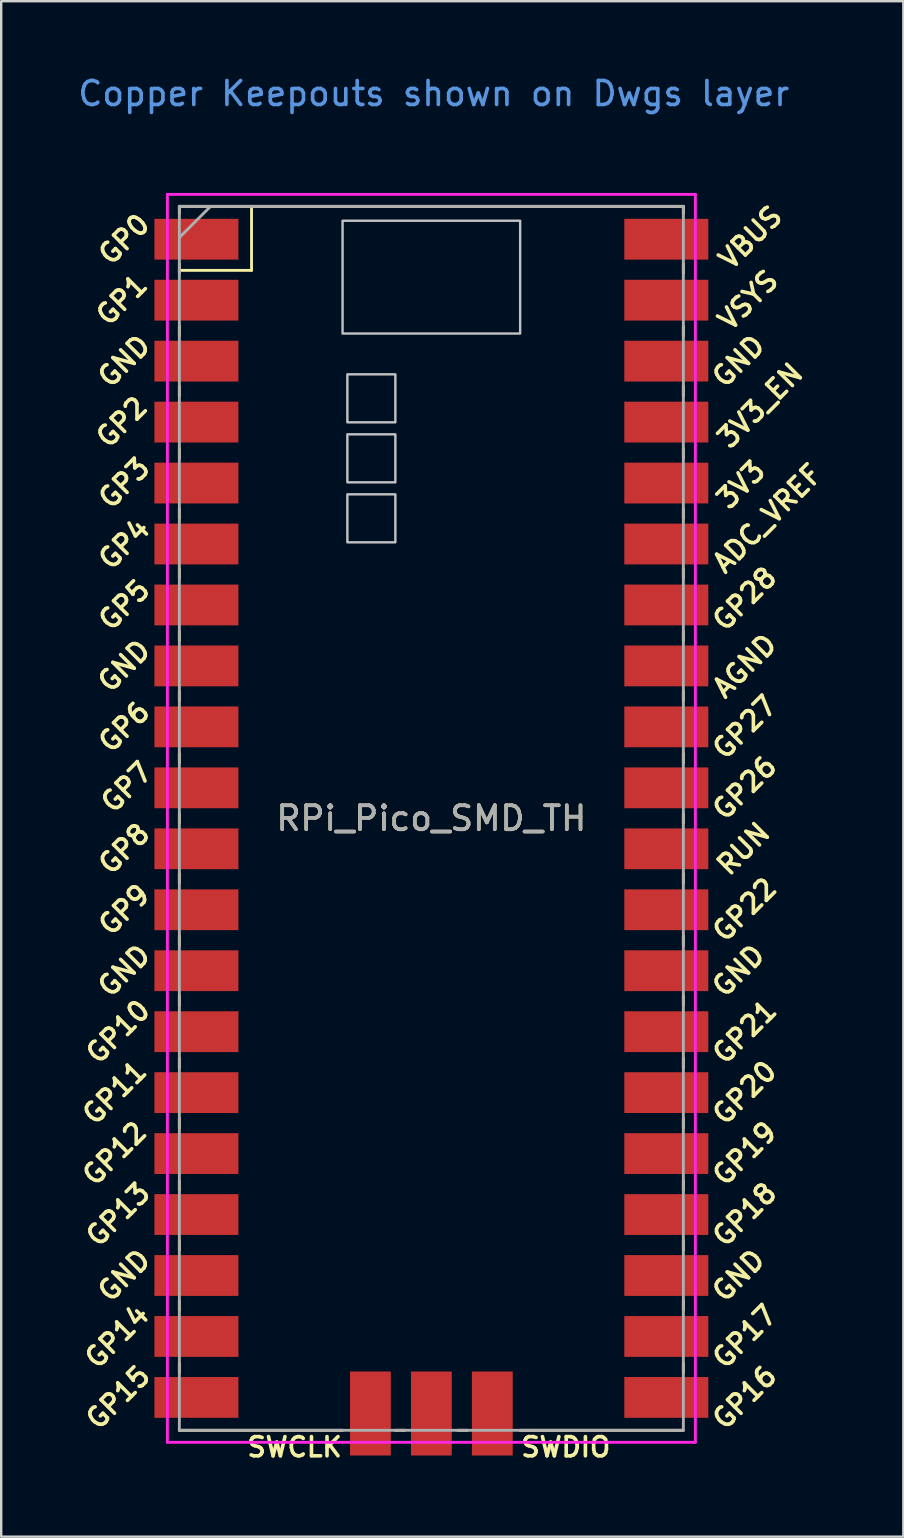
<source format=kicad_pcb>
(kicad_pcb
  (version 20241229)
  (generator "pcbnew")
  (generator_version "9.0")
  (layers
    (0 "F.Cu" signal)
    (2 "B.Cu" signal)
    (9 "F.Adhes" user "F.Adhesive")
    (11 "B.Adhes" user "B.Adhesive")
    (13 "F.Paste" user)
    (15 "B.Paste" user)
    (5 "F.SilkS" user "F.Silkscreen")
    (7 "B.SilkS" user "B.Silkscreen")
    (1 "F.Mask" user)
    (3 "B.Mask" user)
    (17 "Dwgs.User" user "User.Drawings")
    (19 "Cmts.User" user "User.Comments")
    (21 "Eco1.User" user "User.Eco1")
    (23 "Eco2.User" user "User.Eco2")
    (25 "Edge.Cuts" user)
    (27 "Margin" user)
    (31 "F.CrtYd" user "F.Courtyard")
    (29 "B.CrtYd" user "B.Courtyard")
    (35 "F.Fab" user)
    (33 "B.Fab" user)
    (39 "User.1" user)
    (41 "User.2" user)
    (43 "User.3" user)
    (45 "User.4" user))
  (footprint "RPi_Pico_SMD_TH"
    (layer "F.Cu")
    (at 14.924 31.048)
    (property "Reference" "RPi_Pico_SMD_TH" (at 0 0 0) (layer "F.SilkS") (effects (font (size 1 1) (thickness 0.15))))
    (attr through_hole)
    (fp_line (start -10.5 -25.5) (end -10.5 -25.2) (stroke (width 0.12) (type solid)) (layer "F.SilkS"))
    (fp_line (start -10.5 -25.5) (end 10.5 -25.5) (stroke (width 0.12) (type solid)) (layer "F.SilkS"))
    (fp_line (start -10.5 -23.1) (end -10.5 -22.7) (stroke (width 0.12) (type solid)) (layer "F.SilkS"))
    (fp_line (start -10.5 -22.833) (end -7.493 -22.833) (stroke (width 0.12) (type solid)) (layer "F.SilkS"))
    (fp_line (start -10.5 -20.5) (end -10.5 -20.1) (stroke (width 0.12) (type solid)) (layer "F.SilkS"))
    (fp_line (start -10.5 -18) (end -10.5 -17.6) (stroke (width 0.12) (type solid)) (layer "F.SilkS"))
    (fp_line (start -10.5 -15.4) (end -10.5 -15) (stroke (width 0.12) (type solid)) (layer "F.SilkS"))
    (fp_line (start -10.5 -12.9) (end -10.5 -12.5) (stroke (width 0.12) (type solid)) (layer "F.SilkS"))
    (fp_line (start -10.5 -10.4) (end -10.5 -10) (stroke (width 0.12) (type solid)) (layer "F.SilkS"))
    (fp_line (start -10.5 -7.8) (end -10.5 -7.4) (stroke (width 0.12) (type solid)) (layer "F.SilkS"))
    (fp_line (start -10.5 -5.3) (end -10.5 -4.9) (stroke (width 0.12) (type solid)) (layer "F.SilkS"))
    (fp_line (start -10.5 -2.7) (end -10.5 -2.3) (stroke (width 0.12) (type solid)) (layer "F.SilkS"))
    (fp_line (start -10.5 -0.2) (end -10.5 0.2) (stroke (width 0.12) (type solid)) (layer "F.SilkS"))
    (fp_line (start -10.5 2.3) (end -10.5 2.7) (stroke (width 0.12) (type solid)) (layer "F.SilkS"))
    (fp_line (start -10.5 4.9) (end -10.5 5.3) (stroke (width 0.12) (type solid)) (layer "F.SilkS"))
    (fp_line (start -10.5 7.4) (end -10.5 7.8) (stroke (width 0.12) (type solid)) (layer "F.SilkS"))
    (fp_line (start -10.5 10) (end -10.5 10.4) (stroke (width 0.12) (type solid)) (layer "F.SilkS"))
    (fp_line (start -10.5 12.5) (end -10.5 12.9) (stroke (width 0.12) (type solid)) (layer "F.SilkS"))
    (fp_line (start -10.5 15.1) (end -10.5 15.5) (stroke (width 0.12) (type solid)) (layer "F.SilkS"))
    (fp_line (start -10.5 17.6) (end -10.5 18) (stroke (width 0.12) (type solid)) (layer "F.SilkS"))
    (fp_line (start -10.5 20.1) (end -10.5 20.5) (stroke (width 0.12) (type solid)) (layer "F.SilkS"))
    (fp_line (start -10.5 22.7) (end -10.5 23.1) (stroke (width 0.12) (type solid)) (layer "F.SilkS"))
    (fp_line (start -7.493 -22.833) (end -7.493 -25.5) (stroke (width 0.12) (type solid)) (layer "F.SilkS"))
    (fp_line (start -3.7 25.5) (end -10.5 25.5) (stroke (width 0.12) (type solid)) (layer "F.SilkS"))
    (fp_line (start -1.5 25.5) (end -1.1 25.5) (stroke (width 0.12) (type solid)) (layer "F.SilkS"))
    (fp_line (start 1.1 25.5) (end 1.5 25.5) (stroke (width 0.12) (type solid)) (layer "F.SilkS"))
    (fp_line (start 10.5 -25.5) (end 10.5 -25.2) (stroke (width 0.12) (type solid)) (layer "F.SilkS"))
    (fp_line (start 10.5 -23.1) (end 10.5 -22.7) (stroke (width 0.12) (type solid)) (layer "F.SilkS"))
    (fp_line (start 10.5 -20.5) (end 10.5 -20.1) (stroke (width 0.12) (type solid)) (layer "F.SilkS"))
    (fp_line (start 10.5 -18) (end 10.5 -17.6) (stroke (width 0.12) (type solid)) (layer "F.SilkS"))
    (fp_line (start 10.5 -15.4) (end 10.5 -15) (stroke (width 0.12) (type solid)) (layer "F.SilkS"))
    (fp_line (start 10.5 -12.9) (end 10.5 -12.5) (stroke (width 0.12) (type solid)) (layer "F.SilkS"))
    (fp_line (start 10.5 -10.4) (end 10.5 -10) (stroke (width 0.12) (type solid)) (layer "F.SilkS"))
    (fp_line (start 10.5 -7.8) (end 10.5 -7.4) (stroke (width 0.12) (type solid)) (layer "F.SilkS"))
    (fp_line (start 10.5 -5.3) (end 10.5 -4.9) (stroke (width 0.12) (type solid)) (layer "F.SilkS"))
    (fp_line (start 10.5 -2.7) (end 10.5 -2.3) (stroke (width 0.12) (type solid)) (layer "F.SilkS"))
    (fp_line (start 10.5 -0.2) (end 10.5 0.2) (stroke (width 0.12) (type solid)) (layer "F.SilkS"))
    (fp_line (start 10.5 2.3) (end 10.5 2.7) (stroke (width 0.12) (type solid)) (layer "F.SilkS"))
    (fp_line (start 10.5 4.9) (end 10.5 5.3) (stroke (width 0.12) (type solid)) (layer "F.SilkS"))
    (fp_line (start 10.5 7.4) (end 10.5 7.8) (stroke (width 0.12) (type solid)) (layer "F.SilkS"))
    (fp_line (start 10.5 10) (end 10.5 10.4) (stroke (width 0.12) (type solid)) (layer "F.SilkS"))
    (fp_line (start 10.5 12.5) (end 10.5 12.9) (stroke (width 0.12) (type solid)) (layer "F.SilkS"))
    (fp_line (start 10.5 15.1) (end 10.5 15.5) (stroke (width 0.12) (type solid)) (layer "F.SilkS"))
    (fp_line (start 10.5 17.6) (end 10.5 18) (stroke (width 0.12) (type solid)) (layer "F.SilkS"))
    (fp_line (start 10.5 20.1) (end 10.5 20.5) (stroke (width 0.12) (type solid)) (layer "F.SilkS"))
    (fp_line (start 10.5 22.7) (end 10.5 23.1) (stroke (width 0.12) (type solid)) (layer "F.SilkS"))
    (fp_line (start 10.5 25.5) (end 3.7 25.5) (stroke (width 0.12) (type solid)) (layer "F.SilkS"))
    (fp_poly (pts (xy -1.5 -16.5) (xy -3.5 -16.5) (xy -3.5 -18.5) (xy -1.5 -18.5)) (stroke (width 0.1) (type solid)) (fill no) (layer "Dwgs.User"))
    (fp_poly (pts (xy -1.5 -14) (xy -3.5 -14) (xy -3.5 -16) (xy -1.5 -16)) (stroke (width 0.1) (type solid)) (fill no) (layer "Dwgs.User"))
    (fp_poly (pts (xy -1.5 -11.5) (xy -3.5 -11.5) (xy -3.5 -13.5) (xy -1.5 -13.5)) (stroke (width 0.1) (type solid)) (fill no) (layer "Dwgs.User"))
    (fp_poly (pts (xy 3.7 -20.2) (xy -3.7 -20.2) (xy -3.7 -24.9) (xy 3.7 -24.9)) (stroke (width 0.1) (type solid)) (fill no) (layer "Dwgs.User"))
    (fp_line (start -11 -26) (end 11 -26) (stroke (width 0.12) (type solid)) (layer "F.CrtYd"))
    (fp_line (start -11 26) (end -11 -26) (stroke (width 0.12) (type solid)) (layer "F.CrtYd"))
    (fp_line (start 11 -26) (end 11 26) (stroke (width 0.12) (type solid)) (layer "F.CrtYd"))
    (fp_line (start 11 26) (end -11 26) (stroke (width 0.12) (type solid)) (layer "F.CrtYd"))
    (fp_line (start -10.5 -25.5) (end 10.5 -25.5) (stroke (width 0.12) (type solid)) (layer "F.Fab"))
    (fp_line (start -10.5 -24.2) (end -9.2 -25.5) (stroke (width 0.12) (type solid)) (layer "F.Fab"))
    (fp_line (start -10.5 25.5) (end -10.5 -25.5) (stroke (width 0.12) (type solid)) (layer "F.Fab"))
    (fp_line (start 10.5 -25.5) (end 10.5 25.5) (stroke (width 0.12) (type solid)) (layer "F.Fab"))
    (fp_line (start 10.5 25.5) (end -10.5 25.5) (stroke (width 0.12) (type solid)) (layer "F.Fab"))
    (fp_text user "GP17" (at 13.054 21.59 45) (layer "F.SilkS") (effects (font (size 0.8 0.8) (thickness 0.15))))
    (fp_text user "GP19" (at 13.054 13.97 45) (layer "F.SilkS") (effects (font (size 0.8 0.8) (thickness 0.15))))
    (fp_text user "GP2" (at -12.9 -16.51 45) (layer "F.SilkS") (effects (font (size 0.8 0.8) (thickness 0.15))))
    (fp_text user "GP16" (at 13.054 24.13 45) (layer "F.SilkS") (effects (font (size 0.8 0.8) (thickness 0.15))))
    (fp_text user "GP5" (at -12.8 -8.89 45) (layer "F.SilkS") (effects (font (size 0.8 0.8) (thickness 0.15))))
    (fp_text user "3V3_EN" (at 13.7 -17.2 45) (layer "F.SilkS") (effects (font (size 0.8 0.8) (thickness 0.15))))
    (fp_text user "GP4" (at -12.8 -11.43 45) (layer "F.SilkS") (effects (font (size 0.8 0.8) (thickness 0.15))))
    (fp_text user "GP9" (at -12.8 3.81 45) (layer "F.SilkS") (effects (font (size 0.8 0.8) (thickness 0.15))))
    (fp_text user "3V3" (at 12.9 -13.9 45) (layer "F.SilkS") (effects (font (size 0.8 0.8) (thickness 0.15))))
    (fp_text user "GND" (at 12.8 19.05 45) (layer "F.SilkS") (effects (font (size 0.8 0.8) (thickness 0.15))))
    (fp_text user "GP28" (at 13.054 -9.144 45) (layer "F.SilkS") (effects (font (size 0.8 0.8) (thickness 0.15))))
    (fp_text user "GND" (at 12.8 6.35 45) (layer "F.SilkS") (effects (font (size 0.8 0.8) (thickness 0.15))))
    (fp_text user "GP15" (at -13.054 24.13 45) (layer "F.SilkS") (effects (font (size 0.8 0.8) (thickness 0.15))))
    (fp_text user "GP21" (at 13.054 8.9 45) (layer "F.SilkS") (effects (font (size 0.8 0.8) (thickness 0.15))))
    (fp_text user "VSYS" (at 13.2 -21.59 45) (layer "F.SilkS") (effects (font (size 0.8 0.8) (thickness 0.15))))
    (fp_text user "SWCLK" (at -5.7 26.2 0) (layer "F.SilkS") (effects (font (size 0.8 0.8) (thickness 0.15))))
    (fp_text user "GP3" (at -12.8 -13.97 45) (layer "F.SilkS") (effects (font (size 0.8 0.8) (thickness 0.15))))
    (fp_text user "GND" (at -12.8 6.35 45) (layer "F.SilkS") (effects (font (size 0.8 0.8) (thickness 0.15))))
    (fp_text user "GND" (at 12.8 -19.05 45) (layer "F.SilkS") (effects (font (size 0.8 0.8) (thickness 0.15))))
    (fp_text user "SWDIO" (at 5.6 26.2 0) (layer "F.SilkS") (effects (font (size 0.8 0.8) (thickness 0.15))))
    (fp_text user "GP0" (at -12.8 -24.13 45) (layer "F.SilkS") (effects (font (size 0.8 0.8) (thickness 0.15))))
    (fp_text user "GND" (at -12.8 19.05 45) (layer "F.SilkS") (effects (font (size 0.8 0.8) (thickness 0.15))))
    (fp_text user "GP7" (at -12.7 -1.3 45) (layer "F.SilkS") (effects (font (size 0.8 0.8) (thickness 0.15))))
    (fp_text user "GP13" (at -13.054 16.51 45) (layer "F.SilkS") (effects (font (size 0.8 0.8) (thickness 0.15))))
    (fp_text user "GP8" (at -12.8 1.27 45) (layer "F.SilkS") (effects (font (size 0.8 0.8) (thickness 0.15))))
    (fp_text user "ADC_VREF" (at 14 -12.5 45) (layer "F.SilkS") (effects (font (size 0.8 0.8) (thickness 0.15))))
    (fp_text user "GP6" (at -12.8 -3.81 45) (layer "F.SilkS") (effects (font (size 0.8 0.8) (thickness 0.15))))
    (fp_text user "GP20" (at 13.054 11.43 45) (layer "F.SilkS") (effects (font (size 0.8 0.8) (thickness 0.15))))
    (fp_text user "VBUS" (at 13.3 -24.2 45) (layer "F.SilkS") (effects (font (size 0.8 0.8) (thickness 0.15))))
    (fp_text user "GP27" (at 13.054 -3.8 45) (layer "F.SilkS") (effects (font (size 0.8 0.8) (thickness 0.15))))
    (fp_text user "RUN" (at 13 1.27 45) (layer "F.SilkS") (effects (font (size 0.8 0.8) (thickness 0.15))))
    (fp_text user "GP18" (at 13.054 16.51 45) (layer "F.SilkS") (effects (font (size 0.8 0.8) (thickness 0.15))))
    (fp_text user "GP1" (at -12.9 -21.6 45) (layer "F.SilkS") (effects (font (size 0.8 0.8) (thickness 0.15))))
    (fp_text user "GP11" (at -13.2 11.43 45) (layer "F.SilkS") (effects (font (size 0.8 0.8) (thickness 0.15))))
    (fp_text user "AGND" (at 13.054 -6.35 45) (layer "F.SilkS") (effects (font (size 0.8 0.8) (thickness 0.15))))
    (fp_text user "GND" (at -12.8 -6.35 45) (layer "F.SilkS") (effects (font (size 0.8 0.8) (thickness 0.15))))
    (fp_text user "GP14" (at -13.1 21.59 45) (layer "F.SilkS") (effects (font (size 0.8 0.8) (thickness 0.15))))
    (fp_text user "GP26" (at 13.054 -1.27 45) (layer "F.SilkS") (effects (font (size 0.8 0.8) (thickness 0.15))))
    (fp_text user "GP10" (at -13.054 8.89 45) (layer "F.SilkS") (effects (font (size 0.8 0.8) (thickness 0.15))))
    (fp_text user "GND" (at -12.8 -19.05 45) (layer "F.SilkS") (effects (font (size 0.8 0.8) (thickness 0.15))))
    (fp_text user "GP12" (at -13.2 13.97 45) (layer "F.SilkS") (effects (font (size 0.8 0.8) (thickness 0.15))))
    (fp_text user "GP22" (at 13.054 3.81 45) (layer "F.SilkS") (effects (font (size 0.8 0.8) (thickness 0.15))))
    (fp_text user "Copper Keepouts shown on Dwgs layer" (at 0.1 -30.2 0) (layer "Cmts.User") (effects (font (size 1 1) (thickness 0.15))))
    (fp_text user "${REFERENCE}" (at 0 0 180) (layer "F.Fab") (effects (font (size 1 1) (thickness 0.15))))
    (pad "1" smd rect (at -8.89 -24.13) (size 3.5 1.7) (drill (offset -0.9 0)) (layers "F.Cu" "F.Mask"))
    (pad "2" smd rect (at -8.89 -21.59) (size 3.5 1.7) (drill (offset -0.9 0)) (layers "F.Cu" "F.Mask"))
    (pad "3" smd rect (at -8.89 -19.05) (size 3.5 1.7) (drill (offset -0.9 0)) (layers "F.Cu" "F.Mask"))
    (pad "4" smd rect (at -8.89 -16.51) (size 3.5 1.7) (drill (offset -0.9 0)) (layers "F.Cu" "F.Mask"))
    (pad "5" smd rect (at -8.89 -13.97) (size 3.5 1.7) (drill (offset -0.9 0)) (layers "F.Cu" "F.Mask"))
    (pad "6" smd rect (at -8.89 -11.43) (size 3.5 1.7) (drill (offset -0.9 0)) (layers "F.Cu" "F.Mask"))
    (pad "7" smd rect (at -8.89 -8.89) (size 3.5 1.7) (drill (offset -0.9 0)) (layers "F.Cu" "F.Mask"))
    (pad "8" smd rect (at -8.89 -6.35) (size 3.5 1.7) (drill (offset -0.9 0)) (layers "F.Cu" "F.Mask"))
    (pad "9" smd rect (at -8.89 -3.81) (size 3.5 1.7) (drill (offset -0.9 0)) (layers "F.Cu" "F.Mask"))
    (pad "10" smd rect (at -8.89 -1.27) (size 3.5 1.7) (drill (offset -0.9 0)) (layers "F.Cu" "F.Mask"))
    (pad "11" smd rect (at -8.89 1.27) (size 3.5 1.7) (drill (offset -0.9 0)) (layers "F.Cu" "F.Mask"))
    (pad "12" smd rect (at -8.89 3.81) (size 3.5 1.7) (drill (offset -0.9 0)) (layers "F.Cu" "F.Mask"))
    (pad "13" smd rect (at -8.89 6.35) (size 3.5 1.7) (drill (offset -0.9 0)) (layers "F.Cu" "F.Mask"))
    (pad "14" smd rect (at -8.89 8.89) (size 3.5 1.7) (drill (offset -0.9 0)) (layers "F.Cu" "F.Mask"))
    (pad "15" smd rect (at -8.89 11.43) (size 3.5 1.7) (drill (offset -0.9 0)) (layers "F.Cu" "F.Mask"))
    (pad "16" smd rect (at -8.89 13.97) (size 3.5 1.7) (drill (offset -0.9 0)) (layers "F.Cu" "F.Mask"))
    (pad "17" smd rect (at -8.89 16.51) (size 3.5 1.7) (drill (offset -0.9 0)) (layers "F.Cu" "F.Mask"))
    (pad "18" smd rect (at -8.89 19.05) (size 3.5 1.7) (drill (offset -0.9 0)) (layers "F.Cu" "F.Mask"))
    (pad "19" smd rect (at -8.89 21.59) (size 3.5 1.7) (drill (offset -0.9 0)) (layers "F.Cu" "F.Mask"))
    (pad "20" smd rect (at -8.89 24.13) (size 3.5 1.7) (drill (offset -0.9 0)) (layers "F.Cu" "F.Mask"))
    (pad "21" smd rect (at 8.89 24.13) (size 3.5 1.7) (drill (offset 0.9 0)) (layers "F.Cu" "F.Mask"))
    (pad "22" smd rect (at 8.89 21.59) (size 3.5 1.7) (drill (offset 0.9 0)) (layers "F.Cu" "F.Mask"))
    (pad "23" smd rect (at 8.89 19.05) (size 3.5 1.7) (drill (offset 0.9 0)) (layers "F.Cu" "F.Mask"))
    (pad "24" smd rect (at 8.89 16.51) (size 3.5 1.7) (drill (offset 0.9 0)) (layers "F.Cu" "F.Mask"))
    (pad "25" smd rect (at 8.89 13.97) (size 3.5 1.7) (drill (offset 0.9 0)) (layers "F.Cu" "F.Mask"))
    (pad "26" smd rect (at 8.89 11.43) (size 3.5 1.7) (drill (offset 0.9 0)) (layers "F.Cu" "F.Mask"))
    (pad "27" smd rect (at 8.89 8.89) (size 3.5 1.7) (drill (offset 0.9 0)) (layers "F.Cu" "F.Mask"))
    (pad "28" smd rect (at 8.89 6.35) (size 3.5 1.7) (drill (offset 0.9 0)) (layers "F.Cu" "F.Mask"))
    (pad "29" smd rect (at 8.89 3.81) (size 3.5 1.7) (drill (offset 0.9 0)) (layers "F.Cu" "F.Mask"))
    (pad "30" smd rect (at 8.89 1.27) (size 3.5 1.7) (drill (offset 0.9 0)) (layers "F.Cu" "F.Mask"))
    (pad "31" smd rect (at 8.89 -1.27) (size 3.5 1.7) (drill (offset 0.9 0)) (layers "F.Cu" "F.Mask"))
    (pad "32" smd rect (at 8.89 -3.81) (size 3.5 1.7) (drill (offset 0.9 0)) (layers "F.Cu" "F.Mask"))
    (pad "33" smd rect (at 8.89 -6.35) (size 3.5 1.7) (drill (offset 0.9 0)) (layers "F.Cu" "F.Mask"))
    (pad "34" smd rect (at 8.89 -8.89) (size 3.5 1.7) (drill (offset 0.9 0)) (layers "F.Cu" "F.Mask"))
    (pad "35" smd rect (at 8.89 -11.43) (size 3.5 1.7) (drill (offset 0.9 0)) (layers "F.Cu" "F.Mask"))
    (pad "36" smd rect (at 8.89 -13.97) (size 3.5 1.7) (drill (offset 0.9 0)) (layers "F.Cu" "F.Mask"))
    (pad "37" smd rect (at 8.89 -16.51) (size 3.5 1.7) (drill (offset 0.9 0)) (layers "F.Cu" "F.Mask"))
    (pad "38" smd rect (at 8.89 -19.05) (size 3.5 1.7) (drill (offset 0.9 0)) (layers "F.Cu" "F.Mask"))
    (pad "39" smd rect (at 8.89 -21.59) (size 3.5 1.7) (drill (offset 0.9 0)) (layers "F.Cu" "F.Mask"))
    (pad "40" smd rect (at 8.89 -24.13) (size 3.5 1.7) (drill (offset 0.9 0)) (layers "F.Cu" "F.Mask"))
    (pad "41" smd rect (at -2.54 23.9 90) (size 3.5 1.7) (drill (offset -0.9 0)) (layers "F.Cu" "F.Mask"))
    (pad "42" smd rect (at 0 23.9 90) (size 3.5 1.7) (drill (offset -0.9 0)) (layers "F.Cu" "F.Mask"))
    (pad "43" smd rect (at 2.54 23.9 90) (size 3.5 1.7) (drill (offset -0.9 0)) (layers "F.Cu" "F.Mask")))
  (gr_rect
    (start -3 -3)
    (end 34.591 60.98)
    (stroke (width 0.1) (type default))
    (fill no)
    (layer "Edge.Cuts")))
</source>
